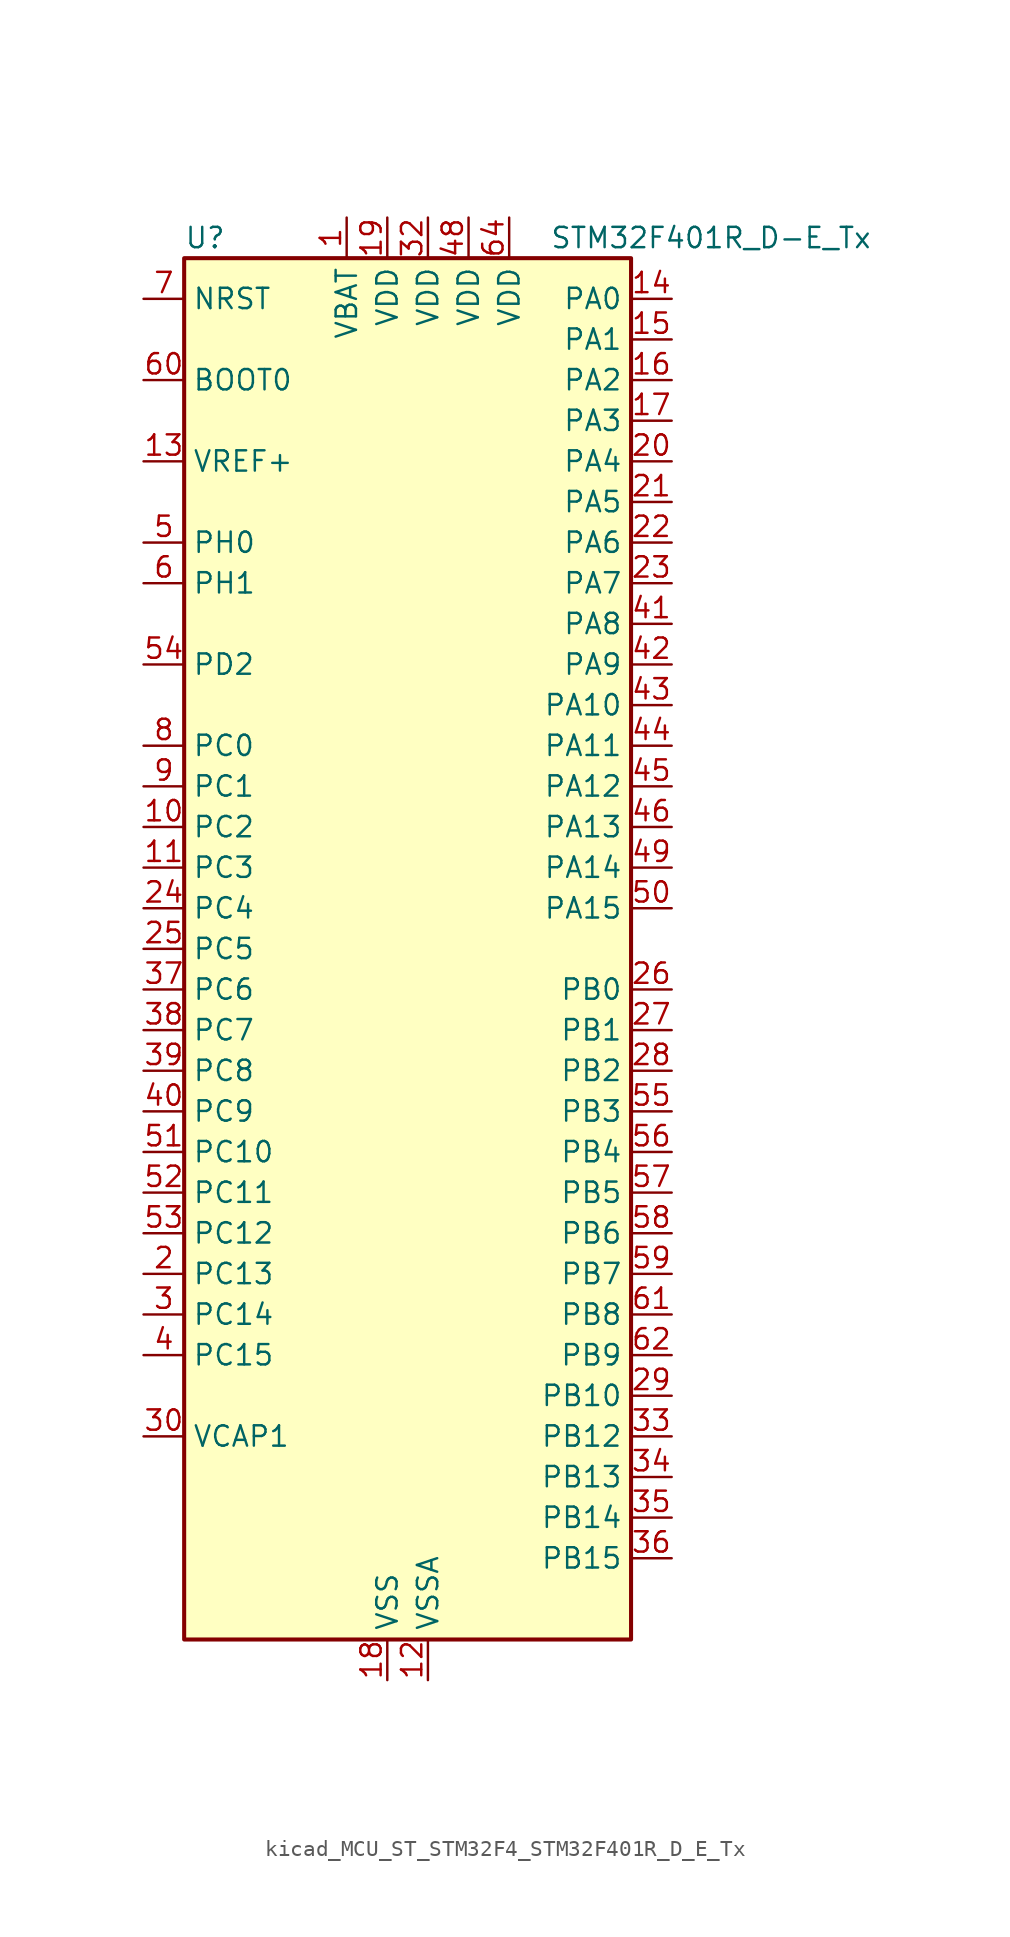
<source format=kicad_sym>
(kicad_symbol_lib
  (version 20220914)
  (generator kicad_symbol_editor)
  (symbol "kicad_MCU_ST_STM32F4_STM32F401R_D_E_Tx"
    (property "Reference" "U"
      (at -12.7 44.45 0)
      (effects (font (size 1.27 1.27)) (justify left)))
    (property "Value" "STM32F401R_D-E_Tx"
      (at 10.16 44.45 0)
      (effects (font (size 1.27 1.27)) (justify left)))
    (property "ki_locked" ""
      (at 0 0 0)
      (effects (font (size 1.27 1.27))))
    (symbol "kicad_MCU_ST_STM32F4_STM32F401R_D_E_Tx_0_1"
      (rectangle (start -12.7 -43.18) (end 15.24 43.18) (stroke (width 0.254) (type default)) (fill (type background))))
    (symbol "kicad_MCU_ST_STM32F4_STM32F401R_D_E_Tx_1_1"
      (pin power_in line (at -2.54 45.72 270) (length 2.54) (name "VBAT" (effects (font (size 1.27 1.27)))) (number "1" (effects (font (size 1.27 1.27)))))
      (pin bidirectional line (at -15.24 7.62 0) (length 2.54) (name "PC2" (effects (font (size 1.27 1.27)))) (number "10" (effects (font (size 1.27 1.27)))) (alternate "ADC1_IN12" bidirectional line) (alternate "I2S2_ext_SD" bidirectional line) (alternate "SPI2_MISO" bidirectional line))
      (pin bidirectional line (at -15.24 5.08 0) (length 2.54) (name "PC3" (effects (font (size 1.27 1.27)))) (number "11" (effects (font (size 1.27 1.27)))) (alternate "ADC1_IN13" bidirectional line) (alternate "I2S2_SD" bidirectional line) (alternate "SPI2_MOSI" bidirectional line))
      (pin power_in line (at 2.54 -45.72 90) (length 2.54) (name "VSSA" (effects (font (size 1.27 1.27)))) (number "12" (effects (font (size 1.27 1.27)))))
      (pin input line (at -15.24 30.48 0) (length 2.54) (name "VREF+" (effects (font (size 1.27 1.27)))) (number "13" (effects (font (size 1.27 1.27)))))
      (pin bidirectional line (at 17.78 40.64 180) (length 2.54) (name "PA0" (effects (font (size 1.27 1.27)))) (number "14" (effects (font (size 1.27 1.27)))) (alternate "ADC1_IN0" bidirectional line) (alternate "SYS_WKUP" bidirectional line) (alternate "TIM2_CH1" bidirectional line) (alternate "TIM2_ETR" bidirectional line) (alternate "TIM5_CH1" bidirectional line) (alternate "USART2_CTS" bidirectional line))
      (pin bidirectional line (at 17.78 38.1 180) (length 2.54) (name "PA1" (effects (font (size 1.27 1.27)))) (number "15" (effects (font (size 1.27 1.27)))) (alternate "ADC1_IN1" bidirectional line) (alternate "TIM2_CH2" bidirectional line) (alternate "TIM5_CH2" bidirectional line) (alternate "USART2_RTS" bidirectional line))
      (pin bidirectional line (at 17.78 35.56 180) (length 2.54) (name "PA2" (effects (font (size 1.27 1.27)))) (number "16" (effects (font (size 1.27 1.27)))) (alternate "ADC1_IN2" bidirectional line) (alternate "TIM2_CH3" bidirectional line) (alternate "TIM5_CH3" bidirectional line) (alternate "TIM9_CH1" bidirectional line) (alternate "USART2_TX" bidirectional line))
      (pin bidirectional line (at 17.78 33.02 180) (length 2.54) (name "PA3" (effects (font (size 1.27 1.27)))) (number "17" (effects (font (size 1.27 1.27)))) (alternate "ADC1_IN3" bidirectional line) (alternate "TIM2_CH4" bidirectional line) (alternate "TIM5_CH4" bidirectional line) (alternate "TIM9_CH2" bidirectional line) (alternate "USART2_RX" bidirectional line))
      (pin power_in line (at 0 -45.72 90) (length 2.54) (name "VSS" (effects (font (size 1.27 1.27)))) (number "18" (effects (font (size 1.27 1.27)))))
      (pin power_in line (at 0 45.72 270) (length 2.54) (name "VDD" (effects (font (size 1.27 1.27)))) (number "19" (effects (font (size 1.27 1.27)))))
      (pin bidirectional line (at -15.24 -20.32 0) (length 2.54) (name "PC13" (effects (font (size 1.27 1.27)))) (number "2" (effects (font (size 1.27 1.27)))) (alternate "RTC_AF1" bidirectional line))
      (pin bidirectional line (at 17.78 30.48 180) (length 2.54) (name "PA4" (effects (font (size 1.27 1.27)))) (number "20" (effects (font (size 1.27 1.27)))) (alternate "ADC1_IN4" bidirectional line) (alternate "I2S3_WS" bidirectional line) (alternate "SPI1_NSS" bidirectional line) (alternate "SPI3_NSS" bidirectional line) (alternate "USART2_CK" bidirectional line))
      (pin bidirectional line (at 17.78 27.94 180) (length 2.54) (name "PA5" (effects (font (size 1.27 1.27)))) (number "21" (effects (font (size 1.27 1.27)))) (alternate "ADC1_IN5" bidirectional line) (alternate "SPI1_SCK" bidirectional line) (alternate "TIM2_CH1" bidirectional line) (alternate "TIM2_ETR" bidirectional line))
      (pin bidirectional line (at 17.78 25.4 180) (length 2.54) (name "PA6" (effects (font (size 1.27 1.27)))) (number "22" (effects (font (size 1.27 1.27)))) (alternate "ADC1_IN6" bidirectional line) (alternate "SPI1_MISO" bidirectional line) (alternate "TIM1_BKIN" bidirectional line) (alternate "TIM3_CH1" bidirectional line))
      (pin bidirectional line (at 17.78 22.86 180) (length 2.54) (name "PA7" (effects (font (size 1.27 1.27)))) (number "23" (effects (font (size 1.27 1.27)))) (alternate "ADC1_IN7" bidirectional line) (alternate "SPI1_MOSI" bidirectional line) (alternate "TIM1_CH1N" bidirectional line) (alternate "TIM3_CH2" bidirectional line))
      (pin bidirectional line (at -15.24 2.54 0) (length 2.54) (name "PC4" (effects (font (size 1.27 1.27)))) (number "24" (effects (font (size 1.27 1.27)))) (alternate "ADC1_IN14" bidirectional line))
      (pin bidirectional line (at -15.24 0 0) (length 2.54) (name "PC5" (effects (font (size 1.27 1.27)))) (number "25" (effects (font (size 1.27 1.27)))) (alternate "ADC1_IN15" bidirectional line))
      (pin bidirectional line (at 17.78 -2.54 180) (length 2.54) (name "PB0" (effects (font (size 1.27 1.27)))) (number "26" (effects (font (size 1.27 1.27)))) (alternate "ADC1_IN8" bidirectional line) (alternate "TIM1_CH2N" bidirectional line) (alternate "TIM3_CH3" bidirectional line))
      (pin bidirectional line (at 17.78 -5.08 180) (length 2.54) (name "PB1" (effects (font (size 1.27 1.27)))) (number "27" (effects (font (size 1.27 1.27)))) (alternate "ADC1_IN9" bidirectional line) (alternate "TIM1_CH3N" bidirectional line) (alternate "TIM3_CH4" bidirectional line))
      (pin bidirectional line (at 17.78 -7.62 180) (length 2.54) (name "PB2" (effects (font (size 1.27 1.27)))) (number "28" (effects (font (size 1.27 1.27)))))
      (pin bidirectional line (at 17.78 -27.94 180) (length 2.54) (name "PB10" (effects (font (size 1.27 1.27)))) (number "29" (effects (font (size 1.27 1.27)))) (alternate "I2C2_SCL" bidirectional line) (alternate "I2S2_CK" bidirectional line) (alternate "SPI2_SCK" bidirectional line) (alternate "TIM2_CH3" bidirectional line))
      (pin bidirectional line (at -15.24 -22.86 0) (length 2.54) (name "PC14" (effects (font (size 1.27 1.27)))) (number "3" (effects (font (size 1.27 1.27)))) (alternate "RCC_OSC32_IN" bidirectional line))
      (pin power_out line (at -15.24 -30.48 0) (length 2.54) (name "VCAP1" (effects (font (size 1.27 1.27)))) (number "30" (effects (font (size 1.27 1.27)))))
      (pin passive line (at 0 -45.72 90) (length 2.54) hide (name "VSS" (effects (font (size 1.27 1.27)))) (number "31" (effects (font (size 1.27 1.27)))))
      (pin power_in line (at 2.54 45.72 270) (length 2.54) (name "VDD" (effects (font (size 1.27 1.27)))) (number "32" (effects (font (size 1.27 1.27)))))
      (pin bidirectional line (at 17.78 -30.48 180) (length 2.54) (name "PB12" (effects (font (size 1.27 1.27)))) (number "33" (effects (font (size 1.27 1.27)))) (alternate "I2C2_SMBA" bidirectional line) (alternate "I2S2_WS" bidirectional line) (alternate "SPI2_NSS" bidirectional line) (alternate "TIM1_BKIN" bidirectional line))
      (pin bidirectional line (at 17.78 -33.02 180) (length 2.54) (name "PB13" (effects (font (size 1.27 1.27)))) (number "34" (effects (font (size 1.27 1.27)))) (alternate "I2S2_CK" bidirectional line) (alternate "SPI2_SCK" bidirectional line) (alternate "TIM1_CH1N" bidirectional line))
      (pin bidirectional line (at 17.78 -35.56 180) (length 2.54) (name "PB14" (effects (font (size 1.27 1.27)))) (number "35" (effects (font (size 1.27 1.27)))) (alternate "I2S2_ext_SD" bidirectional line) (alternate "SPI2_MISO" bidirectional line) (alternate "TIM1_CH2N" bidirectional line))
      (pin bidirectional line (at 17.78 -38.1 180) (length 2.54) (name "PB15" (effects (font (size 1.27 1.27)))) (number "36" (effects (font (size 1.27 1.27)))) (alternate "ADC1_EXTI15" bidirectional line) (alternate "I2S2_SD" bidirectional line) (alternate "RTC_REFIN" bidirectional line) (alternate "SPI2_MOSI" bidirectional line) (alternate "TIM1_CH3N" bidirectional line))
      (pin bidirectional line (at -15.24 -2.54 0) (length 2.54) (name "PC6" (effects (font (size 1.27 1.27)))) (number "37" (effects (font (size 1.27 1.27)))) (alternate "I2S2_MCK" bidirectional line) (alternate "SDIO_D6" bidirectional line) (alternate "TIM3_CH1" bidirectional line) (alternate "USART6_TX" bidirectional line))
      (pin bidirectional line (at -15.24 -5.08 0) (length 2.54) (name "PC7" (effects (font (size 1.27 1.27)))) (number "38" (effects (font (size 1.27 1.27)))) (alternate "I2S3_MCK" bidirectional line) (alternate "SDIO_D7" bidirectional line) (alternate "TIM3_CH2" bidirectional line) (alternate "USART6_RX" bidirectional line))
      (pin bidirectional line (at -15.24 -7.62 0) (length 2.54) (name "PC8" (effects (font (size 1.27 1.27)))) (number "39" (effects (font (size 1.27 1.27)))) (alternate "SDIO_D0" bidirectional line) (alternate "TIM3_CH3" bidirectional line) (alternate "USART6_CK" bidirectional line))
      (pin bidirectional line (at -15.24 -25.4 0) (length 2.54) (name "PC15" (effects (font (size 1.27 1.27)))) (number "4" (effects (font (size 1.27 1.27)))) (alternate "ADC1_EXTI15" bidirectional line) (alternate "RCC_OSC32_OUT" bidirectional line))
      (pin bidirectional line (at -15.24 -10.16 0) (length 2.54) (name "PC9" (effects (font (size 1.27 1.27)))) (number "40" (effects (font (size 1.27 1.27)))) (alternate "I2C3_SDA" bidirectional line) (alternate "I2S_CKIN" bidirectional line) (alternate "RCC_MCO_2" bidirectional line) (alternate "SDIO_D1" bidirectional line) (alternate "TIM3_CH4" bidirectional line))
      (pin bidirectional line (at 17.78 20.32 180) (length 2.54) (name "PA8" (effects (font (size 1.27 1.27)))) (number "41" (effects (font (size 1.27 1.27)))) (alternate "I2C3_SCL" bidirectional line) (alternate "RCC_MCO_1" bidirectional line) (alternate "TIM1_CH1" bidirectional line) (alternate "USART1_CK" bidirectional line) (alternate "USB_OTG_FS_SOF" bidirectional line))
      (pin bidirectional line (at 17.78 17.78 180) (length 2.54) (name "PA9" (effects (font (size 1.27 1.27)))) (number "42" (effects (font (size 1.27 1.27)))) (alternate "I2C3_SMBA" bidirectional line) (alternate "TIM1_CH2" bidirectional line) (alternate "USART1_TX" bidirectional line) (alternate "USB_OTG_FS_VBUS" bidirectional line))
      (pin bidirectional line (at 17.78 15.24 180) (length 2.54) (name "PA10" (effects (font (size 1.27 1.27)))) (number "43" (effects (font (size 1.27 1.27)))) (alternate "TIM1_CH3" bidirectional line) (alternate "USART1_RX" bidirectional line) (alternate "USB_OTG_FS_ID" bidirectional line))
      (pin bidirectional line (at 17.78 12.7 180) (length 2.54) (name "PA11" (effects (font (size 1.27 1.27)))) (number "44" (effects (font (size 1.27 1.27)))) (alternate "ADC1_EXTI11" bidirectional line) (alternate "TIM1_CH4" bidirectional line) (alternate "USART1_CTS" bidirectional line) (alternate "USART6_TX" bidirectional line) (alternate "USB_OTG_FS_DM" bidirectional line))
      (pin bidirectional line (at 17.78 10.16 180) (length 2.54) (name "PA12" (effects (font (size 1.27 1.27)))) (number "45" (effects (font (size 1.27 1.27)))) (alternate "TIM1_ETR" bidirectional line) (alternate "USART1_RTS" bidirectional line) (alternate "USART6_RX" bidirectional line) (alternate "USB_OTG_FS_DP" bidirectional line))
      (pin bidirectional line (at 17.78 7.62 180) (length 2.54) (name "PA13" (effects (font (size 1.27 1.27)))) (number "46" (effects (font (size 1.27 1.27)))) (alternate "SYS_JTMS-SWDIO" bidirectional line))
      (pin passive line (at 0 -45.72 90) (length 2.54) hide (name "VSS" (effects (font (size 1.27 1.27)))) (number "47" (effects (font (size 1.27 1.27)))))
      (pin power_in line (at 5.08 45.72 270) (length 2.54) (name "VDD" (effects (font (size 1.27 1.27)))) (number "48" (effects (font (size 1.27 1.27)))))
      (pin bidirectional line (at 17.78 5.08 180) (length 2.54) (name "PA14" (effects (font (size 1.27 1.27)))) (number "49" (effects (font (size 1.27 1.27)))) (alternate "SYS_JTCK-SWCLK" bidirectional line))
      (pin bidirectional line (at -15.24 25.4 0) (length 2.54) (name "PH0" (effects (font (size 1.27 1.27)))) (number "5" (effects (font (size 1.27 1.27)))) (alternate "RCC_OSC_IN" bidirectional line))
      (pin bidirectional line (at 17.78 2.54 180) (length 2.54) (name "PA15" (effects (font (size 1.27 1.27)))) (number "50" (effects (font (size 1.27 1.27)))) (alternate "ADC1_EXTI15" bidirectional line) (alternate "I2S3_WS" bidirectional line) (alternate "SPI1_NSS" bidirectional line) (alternate "SPI3_NSS" bidirectional line) (alternate "SYS_JTDI" bidirectional line) (alternate "TIM2_CH1" bidirectional line) (alternate "TIM2_ETR" bidirectional line))
      (pin bidirectional line (at -15.24 -12.7 0) (length 2.54) (name "PC10" (effects (font (size 1.27 1.27)))) (number "51" (effects (font (size 1.27 1.27)))) (alternate "I2S3_CK" bidirectional line) (alternate "SDIO_D2" bidirectional line) (alternate "SPI3_SCK" bidirectional line))
      (pin bidirectional line (at -15.24 -15.24 0) (length 2.54) (name "PC11" (effects (font (size 1.27 1.27)))) (number "52" (effects (font (size 1.27 1.27)))) (alternate "ADC1_EXTI11" bidirectional line) (alternate "I2S3_ext_SD" bidirectional line) (alternate "SDIO_D3" bidirectional line) (alternate "SPI3_MISO" bidirectional line))
      (pin bidirectional line (at -15.24 -17.78 0) (length 2.54) (name "PC12" (effects (font (size 1.27 1.27)))) (number "53" (effects (font (size 1.27 1.27)))) (alternate "I2S3_SD" bidirectional line) (alternate "SDIO_CK" bidirectional line) (alternate "SPI3_MOSI" bidirectional line))
      (pin bidirectional line (at -15.24 17.78 0) (length 2.54) (name "PD2" (effects (font (size 1.27 1.27)))) (number "54" (effects (font (size 1.27 1.27)))) (alternate "SDIO_CMD" bidirectional line) (alternate "TIM3_ETR" bidirectional line))
      (pin bidirectional line (at 17.78 -10.16 180) (length 2.54) (name "PB3" (effects (font (size 1.27 1.27)))) (number "55" (effects (font (size 1.27 1.27)))) (alternate "I2C2_SDA" bidirectional line) (alternate "I2S3_CK" bidirectional line) (alternate "SPI1_SCK" bidirectional line) (alternate "SPI3_SCK" bidirectional line) (alternate "SYS_JTDO-SWO" bidirectional line) (alternate "TIM2_CH2" bidirectional line))
      (pin bidirectional line (at 17.78 -12.7 180) (length 2.54) (name "PB4" (effects (font (size 1.27 1.27)))) (number "56" (effects (font (size 1.27 1.27)))) (alternate "I2C3_SDA" bidirectional line) (alternate "I2S3_ext_SD" bidirectional line) (alternate "SPI1_MISO" bidirectional line) (alternate "SPI3_MISO" bidirectional line) (alternate "SYS_JTRST" bidirectional line) (alternate "TIM3_CH1" bidirectional line))
      (pin bidirectional line (at 17.78 -15.24 180) (length 2.54) (name "PB5" (effects (font (size 1.27 1.27)))) (number "57" (effects (font (size 1.27 1.27)))) (alternate "I2C1_SMBA" bidirectional line) (alternate "I2S3_SD" bidirectional line) (alternate "SPI1_MOSI" bidirectional line) (alternate "SPI3_MOSI" bidirectional line) (alternate "TIM3_CH2" bidirectional line))
      (pin bidirectional line (at 17.78 -17.78 180) (length 2.54) (name "PB6" (effects (font (size 1.27 1.27)))) (number "58" (effects (font (size 1.27 1.27)))) (alternate "I2C1_SCL" bidirectional line) (alternate "TIM4_CH1" bidirectional line) (alternate "USART1_TX" bidirectional line))
      (pin bidirectional line (at 17.78 -20.32 180) (length 2.54) (name "PB7" (effects (font (size 1.27 1.27)))) (number "59" (effects (font (size 1.27 1.27)))) (alternate "I2C1_SDA" bidirectional line) (alternate "TIM4_CH2" bidirectional line) (alternate "USART1_RX" bidirectional line))
      (pin bidirectional line (at -15.24 22.86 0) (length 2.54) (name "PH1" (effects (font (size 1.27 1.27)))) (number "6" (effects (font (size 1.27 1.27)))) (alternate "RCC_OSC_OUT" bidirectional line))
      (pin input line (at -15.24 35.56 0) (length 2.54) (name "BOOT0" (effects (font (size 1.27 1.27)))) (number "60" (effects (font (size 1.27 1.27)))))
      (pin bidirectional line (at 17.78 -22.86 180) (length 2.54) (name "PB8" (effects (font (size 1.27 1.27)))) (number "61" (effects (font (size 1.27 1.27)))) (alternate "I2C1_SCL" bidirectional line) (alternate "SDIO_D4" bidirectional line) (alternate "TIM10_CH1" bidirectional line) (alternate "TIM4_CH3" bidirectional line))
      (pin bidirectional line (at 17.78 -25.4 180) (length 2.54) (name "PB9" (effects (font (size 1.27 1.27)))) (number "62" (effects (font (size 1.27 1.27)))) (alternate "I2C1_SDA" bidirectional line) (alternate "I2S2_WS" bidirectional line) (alternate "SDIO_D5" bidirectional line) (alternate "SPI2_NSS" bidirectional line) (alternate "TIM11_CH1" bidirectional line) (alternate "TIM4_CH4" bidirectional line))
      (pin passive line (at 0 -45.72 90) (length 2.54) hide (name "VSS" (effects (font (size 1.27 1.27)))) (number "63" (effects (font (size 1.27 1.27)))))
      (pin power_in line (at 7.62 45.72 270) (length 2.54) (name "VDD" (effects (font (size 1.27 1.27)))) (number "64" (effects (font (size 1.27 1.27)))))
      (pin input line (at -15.24 40.64 0) (length 2.54) (name "NRST" (effects (font (size 1.27 1.27)))) (number "7" (effects (font (size 1.27 1.27)))))
      (pin bidirectional line (at -15.24 12.7 0) (length 2.54) (name "PC0" (effects (font (size 1.27 1.27)))) (number "8" (effects (font (size 1.27 1.27)))) (alternate "ADC1_IN10" bidirectional line))
      (pin bidirectional line (at -15.24 10.16 0) (length 2.54) (name "PC1" (effects (font (size 1.27 1.27)))) (number "9" (effects (font (size 1.27 1.27)))) (alternate "ADC1_IN11" bidirectional line)))))
</source>
